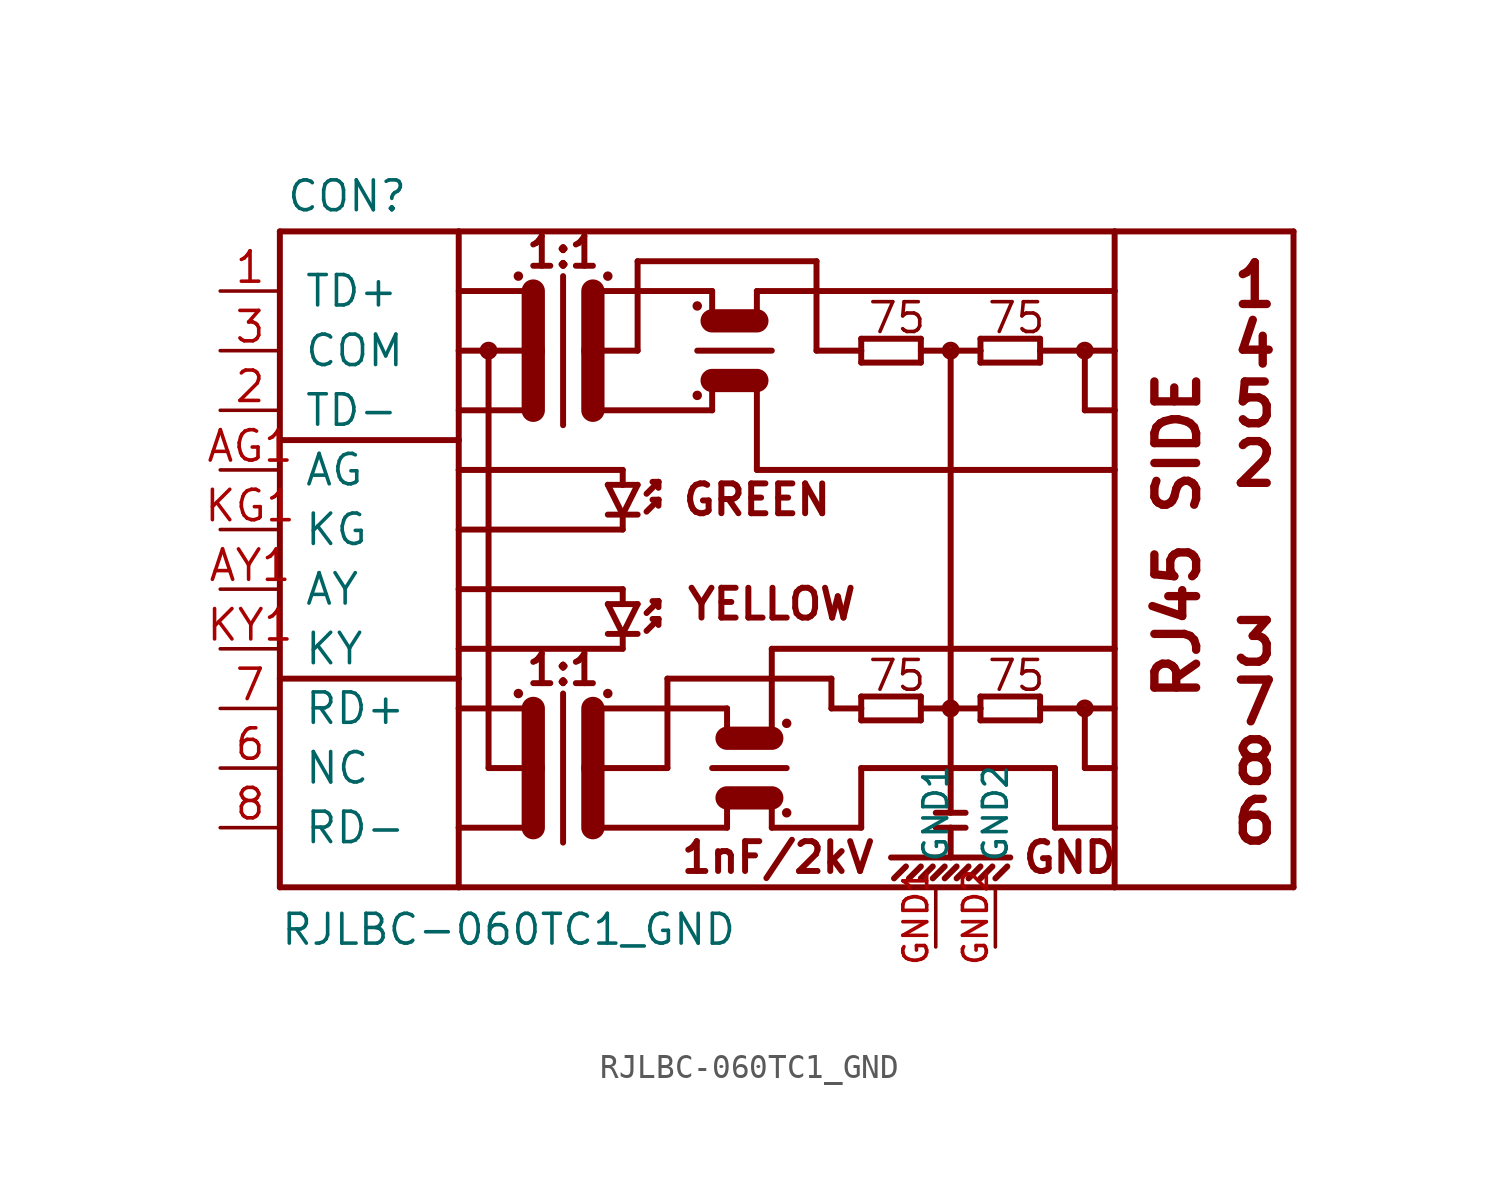
<source format=kicad_sym>
(kicad_symbol_lib
  (version 20231120)
  (generator "kicad_symbol_editor")
  (generator_version "8.0")
  (symbol "RJLBC-060TC1_GND"
    (pin_names
      (offset 1.016))
    (property "Reference" "CON"
      (at -22.606 16.002 0)
      (effects (font (size 1.27 1.27)) (justify left bottom)))
    (property "Value" "RJLBC-060TC1_GND"
      (at -22.86 -15.24 0)
      (effects (font (size 1.27 1.27)) (justify left bottom)))
    (property "ki_locked" ""
      (at 0 0 0)
      (effects (font (size 1.27 1.27))))
    (symbol "RJLBC-060TC1_GND_1_0"
      (polyline (pts (xy -22.86 -12.7) (xy -15.24 -12.7)) (stroke (width 0.254) (type solid)) (fill (type none)))
      (polyline (pts (xy -22.86 -3.81) (xy -22.86 -12.7)) (stroke (width 0.254) (type solid)) (fill (type none)))
      (polyline (pts (xy -22.86 -3.81) (xy -15.24 -3.81)) (stroke (width 0.254) (type solid)) (fill (type none)))
      (polyline (pts (xy -22.86 6.35) (xy -22.86 -3.81)) (stroke (width 0.254) (type solid)) (fill (type none)))
      (polyline (pts (xy -22.86 6.35) (xy -15.24 6.35)) (stroke (width 0.254) (type solid)) (fill (type none)))
      (polyline (pts (xy -22.86 15.24) (xy -22.86 6.35)) (stroke (width 0.254) (type solid)) (fill (type none)))
      (polyline (pts (xy -22.86 15.24) (xy -15.24 15.24)) (stroke (width 0.254) (type solid)) (fill (type none)))
      (polyline (pts (xy -15.24 -12.7) (xy 12.7 -12.7)) (stroke (width 0.254) (type solid)) (fill (type none)))
      (polyline (pts (xy -15.24 -10.16) (xy -15.24 -12.7)) (stroke (width 0.254) (type solid)) (fill (type none)))
      (polyline (pts (xy -15.24 -10.16) (xy -12.065 -10.16)) (stroke (width 0.254) (type solid)) (fill (type none)))
      (polyline (pts (xy -15.24 -5.08) (xy -15.24 -10.16)) (stroke (width 0.254) (type solid)) (fill (type none)))
      (polyline (pts (xy -15.24 -3.81) (xy -15.24 -5.08)) (stroke (width 0.254) (type solid)) (fill (type none)))
      (polyline (pts (xy -15.24 -2.54) (xy -15.24 -3.81)) (stroke (width 0.254) (type solid)) (fill (type none)))
      (polyline (pts (xy -15.24 0) (xy -15.24 -2.54)) (stroke (width 0.254) (type solid)) (fill (type none)))
      (polyline (pts (xy -15.24 2.54) (xy -15.24 0)) (stroke (width 0.254) (type solid)) (fill (type none)))
      (polyline (pts (xy -15.24 5.08) (xy -15.24 2.54)) (stroke (width 0.254) (type solid)) (fill (type none)))
      (polyline (pts (xy -15.24 6.35) (xy -15.24 5.08)) (stroke (width 0.254) (type solid)) (fill (type none)))
      (polyline (pts (xy -15.24 10.16) (xy -15.24 6.35)) (stroke (width 0.254) (type solid)) (fill (type none)))
      (polyline (pts (xy -15.24 15.24) (xy -15.24 10.16)) (stroke (width 0.254) (type solid)) (fill (type none)))
      (polyline (pts (xy -15.24 15.24) (xy 12.7 15.24)) (stroke (width 0.254) (type solid)) (fill (type none)))
      (polyline (pts (xy -13.97 -7.62) (xy -12.065 -7.62)) (stroke (width 0.254) (type solid)) (fill (type none)))
      (polyline (pts (xy -13.97 10.16) (xy -15.24 10.16)) (stroke (width 0.254) (type solid)) (fill (type none)))
      (polyline (pts (xy -13.97 10.16) (xy -13.97 -7.62)) (stroke (width 0.254) (type solid)) (fill (type none)))
      (polyline (pts (xy -12.065 -7.62) (xy -12.065 -10.16)) (stroke (width 0.991) (type solid)) (fill (type none)))
      (polyline (pts (xy -12.065 -5.08) (xy -15.24 -5.08)) (stroke (width 0.254) (type solid)) (fill (type none)))
      (polyline (pts (xy -12.065 -5.08) (xy -12.065 -7.62)) (stroke (width 0.991) (type solid)) (fill (type none)))
      (polyline (pts (xy -12.065 7.62) (xy -15.24 7.62)) (stroke (width 0.254) (type solid)) (fill (type none)))
      (polyline (pts (xy -12.065 10.16) (xy -13.97 10.16)) (stroke (width 0.254) (type solid)) (fill (type none)))
      (polyline (pts (xy -12.065 10.16) (xy -12.065 7.62)) (stroke (width 0.991) (type solid)) (fill (type none)))
      (polyline (pts (xy -12.065 12.7) (xy -15.24 12.7)) (stroke (width 0.254) (type solid)) (fill (type none)))
      (polyline (pts (xy -12.065 12.7) (xy -12.065 10.16)) (stroke (width 0.991) (type solid)) (fill (type none)))
      (polyline (pts (xy -10.795 -4.445) (xy -10.795 -10.795)) (stroke (width 0.254) (type solid)) (fill (type none)))
      (polyline (pts (xy -10.795 13.335) (xy -10.795 6.985)) (stroke (width 0.254) (type solid)) (fill (type none)))
      (polyline (pts (xy -9.525 -7.62) (xy -9.525 -10.16)) (stroke (width 0.991) (type solid)) (fill (type none)))
      (polyline (pts (xy -9.525 -7.62) (xy -6.35 -7.62)) (stroke (width 0.254) (type solid)) (fill (type none)))
      (polyline (pts (xy -9.525 -5.08) (xy -9.525 -7.62)) (stroke (width 0.991) (type solid)) (fill (type none)))
      (polyline (pts (xy -9.525 -5.08) (xy -3.81 -5.08)) (stroke (width 0.254) (type solid)) (fill (type none)))
      (polyline (pts (xy -9.525 10.16) (xy -9.525 7.62)) (stroke (width 0.991) (type solid)) (fill (type none)))
      (polyline (pts (xy -9.525 10.16) (xy -7.62 10.16)) (stroke (width 0.254) (type solid)) (fill (type none)))
      (polyline (pts (xy -9.525 12.7) (xy -9.525 10.16)) (stroke (width 0.991) (type solid)) (fill (type none)))
      (polyline (pts (xy -9.525 12.7) (xy -4.445 12.7)) (stroke (width 0.254) (type solid)) (fill (type none)))
      (polyline (pts (xy -8.89 -1.905) (xy -8.255 -1.905)) (stroke (width 0.254) (type solid)) (fill (type none)))
      (polyline (pts (xy -8.89 -0.635) (xy -8.255 -0.635)) (stroke (width 0.254) (type solid)) (fill (type none)))
      (polyline (pts (xy -8.89 3.175) (xy -8.255 3.175)) (stroke (width 0.254) (type solid)) (fill (type none)))
      (polyline (pts (xy -8.89 4.445) (xy -8.255 4.445)) (stroke (width 0.254) (type solid)) (fill (type none)))
      (polyline (pts (xy -8.255 -2.54) (xy -15.24 -2.54)) (stroke (width 0.254) (type solid)) (fill (type none)))
      (polyline (pts (xy -8.255 -1.905) (xy -8.89 -0.635)) (stroke (width 0.254) (type solid)) (fill (type none)))
      (polyline (pts (xy -8.255 -1.905) (xy -8.255 -2.54)) (stroke (width 0.254) (type solid)) (fill (type none)))
      (polyline (pts (xy -8.255 -1.905) (xy -7.62 -1.905)) (stroke (width 0.254) (type solid)) (fill (type none)))
      (polyline (pts (xy -8.255 -0.635) (xy -8.255 0)) (stroke (width 0.254) (type solid)) (fill (type none)))
      (polyline (pts (xy -8.255 -0.635) (xy -7.62 -0.635)) (stroke (width 0.254) (type solid)) (fill (type none)))
      (polyline (pts (xy -8.255 0) (xy -15.24 0)) (stroke (width 0.254) (type solid)) (fill (type none)))
      (polyline (pts (xy -8.255 2.54) (xy -15.24 2.54)) (stroke (width 0.254) (type solid)) (fill (type none)))
      (polyline (pts (xy -8.255 3.175) (xy -8.89 4.445)) (stroke (width 0.254) (type solid)) (fill (type none)))
      (polyline (pts (xy -8.255 3.175) (xy -8.255 2.54)) (stroke (width 0.254) (type solid)) (fill (type none)))
      (polyline (pts (xy -8.255 3.175) (xy -7.62 3.175)) (stroke (width 0.254) (type solid)) (fill (type none)))
      (polyline (pts (xy -8.255 4.445) (xy -8.255 5.08)) (stroke (width 0.254) (type solid)) (fill (type none)))
      (polyline (pts (xy -8.255 4.445) (xy -7.62 4.445)) (stroke (width 0.254) (type solid)) (fill (type none)))
      (polyline (pts (xy -8.255 5.08) (xy -15.24 5.08)) (stroke (width 0.254) (type solid)) (fill (type none)))
      (polyline (pts (xy -7.62 -0.635) (xy -8.255 -1.905)) (stroke (width 0.254) (type solid)) (fill (type none)))
      (polyline (pts (xy -7.62 4.445) (xy -8.255 3.175)) (stroke (width 0.254) (type solid)) (fill (type none)))
      (polyline (pts (xy -7.62 10.16) (xy -7.62 13.97)) (stroke (width 0.254) (type solid)) (fill (type none)))
      (polyline (pts (xy -7.62 13.97) (xy 0 13.97)) (stroke (width 0.254) (type solid)) (fill (type none)))
      (polyline (pts (xy -7.239 -1.778) (xy -6.731 -1.27)) (stroke (width 0.254) (type solid)) (fill (type none)))
      (polyline (pts (xy -7.239 -1.016) (xy -6.731 -0.508)) (stroke (width 0.254) (type solid)) (fill (type none)))
      (polyline (pts (xy -7.239 3.302) (xy -6.731 3.81)) (stroke (width 0.254) (type solid)) (fill (type none)))
      (polyline (pts (xy -7.239 4.064) (xy -6.731 4.572)) (stroke (width 0.254) (type solid)) (fill (type none)))
      (polyline (pts (xy -6.731 -1.27) (xy -6.985 -1.27)) (stroke (width 0.254) (type solid)) (fill (type none)))
      (polyline (pts (xy -6.731 -1.27) (xy -6.731 -1.524)) (stroke (width 0.254) (type solid)) (fill (type none)))
      (polyline (pts (xy -6.731 -0.508) (xy -6.985 -0.508)) (stroke (width 0.254) (type solid)) (fill (type none)))
      (polyline (pts (xy -6.731 -0.508) (xy -6.731 -0.762)) (stroke (width 0.254) (type solid)) (fill (type none)))
      (polyline (pts (xy -6.731 3.81) (xy -6.985 3.81)) (stroke (width 0.254) (type solid)) (fill (type none)))
      (polyline (pts (xy -6.731 3.81) (xy -6.731 3.556)) (stroke (width 0.254) (type solid)) (fill (type none)))
      (polyline (pts (xy -6.731 4.572) (xy -6.985 4.572)) (stroke (width 0.254) (type solid)) (fill (type none)))
      (polyline (pts (xy -6.731 4.572) (xy -6.731 4.318)) (stroke (width 0.254) (type solid)) (fill (type none)))
      (polyline (pts (xy -6.35 -7.62) (xy -6.35 -3.81)) (stroke (width 0.254) (type solid)) (fill (type none)))
      (polyline (pts (xy -6.35 -3.81) (xy 0.635 -3.81)) (stroke (width 0.254) (type solid)) (fill (type none)))
      (polyline (pts (xy -5.08 10.16) (xy -1.905 10.16)) (stroke (width 0.254) (type solid)) (fill (type none)))
      (polyline (pts (xy -4.445 -7.62) (xy -1.27 -7.62)) (stroke (width 0.254) (type solid)) (fill (type none)))
      (polyline (pts (xy -4.445 7.62) (xy -9.525 7.62)) (stroke (width 0.254) (type solid)) (fill (type none)))
      (polyline (pts (xy -4.445 8.89) (xy -4.445 7.62)) (stroke (width 0.254) (type solid)) (fill (type none)))
      (polyline (pts (xy -4.445 8.89) (xy -2.54 8.89)) (stroke (width 0.991) (type solid)) (fill (type none)))
      (polyline (pts (xy -4.445 11.43) (xy -4.445 12.7)) (stroke (width 0.254) (type solid)) (fill (type none)))
      (polyline (pts (xy -4.445 11.43) (xy -2.54 11.43)) (stroke (width 0.991) (type solid)) (fill (type none)))
      (polyline (pts (xy -3.81 -10.16) (xy -9.525 -10.16)) (stroke (width 0.254) (type solid)) (fill (type none)))
      (polyline (pts (xy -3.81 -10.16) (xy -3.81 -8.89)) (stroke (width 0.254) (type solid)) (fill (type none)))
      (polyline (pts (xy -3.81 -8.89) (xy -1.905 -8.89)) (stroke (width 0.991) (type solid)) (fill (type none)))
      (polyline (pts (xy -3.81 -6.35) (xy -3.81 -5.08)) (stroke (width 0.254) (type solid)) (fill (type none)))
      (polyline (pts (xy -3.81 -6.35) (xy -1.905 -6.35)) (stroke (width 0.991) (type solid)) (fill (type none)))
      (polyline (pts (xy -2.54 5.08) (xy 12.7 5.08)) (stroke (width 0.254) (type solid)) (fill (type none)))
      (polyline (pts (xy -2.54 8.89) (xy -2.54 5.08)) (stroke (width 0.254) (type solid)) (fill (type none)))
      (polyline (pts (xy -2.54 11.43) (xy -2.54 12.7)) (stroke (width 0.254) (type solid)) (fill (type none)))
      (polyline (pts (xy -2.54 12.7) (xy 12.7 12.7)) (stroke (width 0.254) (type solid)) (fill (type none)))
      (polyline (pts (xy -1.905 -8.89) (xy -1.905 -10.16)) (stroke (width 0.254) (type solid)) (fill (type none)))
      (polyline (pts (xy -1.905 -6.35) (xy -1.905 -2.54)) (stroke (width 0.254) (type solid)) (fill (type none)))
      (polyline (pts (xy -1.905 -2.54) (xy 12.7 -2.54)) (stroke (width 0.254) (type solid)) (fill (type none)))
      (polyline (pts (xy 0 10.16) (xy 1.905 10.16)) (stroke (width 0.254) (type solid)) (fill (type none)))
      (polyline (pts (xy 0 13.97) (xy 0 10.16)) (stroke (width 0.254) (type solid)) (fill (type none)))
      (polyline (pts (xy 0.635 -5.08) (xy 1.905 -5.08)) (stroke (width 0.254) (type solid)) (fill (type none)))
      (polyline (pts (xy 0.635 -3.81) (xy 0.635 -5.08)) (stroke (width 0.254) (type solid)) (fill (type none)))
      (polyline (pts (xy 1.905 -10.16) (xy -1.905 -10.16)) (stroke (width 0.254) (type solid)) (fill (type none)))
      (polyline (pts (xy 1.905 -7.62) (xy 1.905 -10.16)) (stroke (width 0.254) (type solid)) (fill (type none)))
      (polyline (pts (xy 1.905 -5.588) (xy 4.445 -5.588)) (stroke (width 0.254) (type solid)) (fill (type none)))
      (polyline (pts (xy 1.905 -5.08) (xy 1.905 -5.588)) (stroke (width 0.254) (type solid)) (fill (type none)))
      (polyline (pts (xy 1.905 -4.572) (xy 1.905 -5.08)) (stroke (width 0.254) (type solid)) (fill (type none)))
      (polyline (pts (xy 1.905 9.652) (xy 4.445 9.652)) (stroke (width 0.254) (type solid)) (fill (type none)))
      (polyline (pts (xy 1.905 10.16) (xy 1.905 9.652)) (stroke (width 0.254) (type solid)) (fill (type none)))
      (polyline (pts (xy 1.905 10.668) (xy 1.905 10.16)) (stroke (width 0.254) (type solid)) (fill (type none)))
      (polyline (pts (xy 3.175 -11.43) (xy 8.255 -11.43)) (stroke (width 0.254) (type solid)) (fill (type none)))
      (polyline (pts (xy 3.302 -12.319) (xy 3.81 -11.811)) (stroke (width 0.254) (type solid)) (fill (type none)))
      (polyline (pts (xy 3.937 -12.319) (xy 4.445 -11.811)) (stroke (width 0.254) (type solid)) (fill (type none)))
      (polyline (pts (xy 4.445 -12.319) (xy 4.953 -11.811)) (stroke (width 0.254) (type solid)) (fill (type none)))
      (polyline (pts (xy 4.445 -5.588) (xy 4.445 -4.572)) (stroke (width 0.254) (type solid)) (fill (type none)))
      (polyline (pts (xy 4.445 -5.08) (xy 5.715 -5.08)) (stroke (width 0.254) (type solid)) (fill (type none)))
      (polyline (pts (xy 4.445 -4.572) (xy 1.905 -4.572)) (stroke (width 0.254) (type solid)) (fill (type none)))
      (polyline (pts (xy 4.445 9.652) (xy 4.445 10.668)) (stroke (width 0.254) (type solid)) (fill (type none)))
      (polyline (pts (xy 4.445 10.16) (xy 5.715 10.16)) (stroke (width 0.254) (type solid)) (fill (type none)))
      (polyline (pts (xy 4.445 10.668) (xy 1.905 10.668)) (stroke (width 0.254) (type solid)) (fill (type none)))
      (polyline (pts (xy 4.953 -12.319) (xy 5.461 -11.811)) (stroke (width 0.254) (type solid)) (fill (type none)))
      (polyline (pts (xy 5.08 -10.16) (xy 5.715 -10.16)) (stroke (width 0.254) (type solid)) (fill (type none)))
      (polyline (pts (xy 5.08 -9.525) (xy 6.35 -9.525)) (stroke (width 0.254) (type solid)) (fill (type none)))
      (polyline (pts (xy 5.461 -12.319) (xy 5.969 -11.811)) (stroke (width 0.254) (type solid)) (fill (type none)))
      (polyline (pts (xy 5.715 -10.16) (xy 5.715 -11.43)) (stroke (width 0.254) (type solid)) (fill (type none)))
      (polyline (pts (xy 5.715 -10.16) (xy 6.35 -10.16)) (stroke (width 0.254) (type solid)) (fill (type none)))
      (polyline (pts (xy 5.715 -5.08) (xy 5.715 -9.525)) (stroke (width 0.254) (type solid)) (fill (type none)))
      (polyline (pts (xy 5.715 -5.08) (xy 6.985 -5.08)) (stroke (width 0.254) (type solid)) (fill (type none)))
      (polyline (pts (xy 5.715 10.16) (xy 5.715 -5.08)) (stroke (width 0.254) (type solid)) (fill (type none)))
      (polyline (pts (xy 5.715 10.16) (xy 6.985 10.16)) (stroke (width 0.254) (type solid)) (fill (type none)))
      (polyline (pts (xy 5.969 -12.319) (xy 6.477 -11.811)) (stroke (width 0.254) (type solid)) (fill (type none)))
      (polyline (pts (xy 6.477 -12.319) (xy 6.985 -11.811)) (stroke (width 0.254) (type solid)) (fill (type none)))
      (polyline (pts (xy 6.985 -12.319) (xy 7.493 -11.811)) (stroke (width 0.254) (type solid)) (fill (type none)))
      (polyline (pts (xy 6.985 -5.588) (xy 9.525 -5.588)) (stroke (width 0.254) (type solid)) (fill (type none)))
      (polyline (pts (xy 6.985 -5.08) (xy 6.985 -5.588)) (stroke (width 0.254) (type solid)) (fill (type none)))
      (polyline (pts (xy 6.985 -4.572) (xy 6.985 -5.08)) (stroke (width 0.254) (type solid)) (fill (type none)))
      (polyline (pts (xy 6.985 9.652) (xy 9.525 9.652)) (stroke (width 0.254) (type solid)) (fill (type none)))
      (polyline (pts (xy 6.985 10.16) (xy 6.985 9.652)) (stroke (width 0.254) (type solid)) (fill (type none)))
      (polyline (pts (xy 6.985 10.668) (xy 6.985 10.16)) (stroke (width 0.254) (type solid)) (fill (type none)))
      (polyline (pts (xy 7.62 -12.319) (xy 8.128 -11.811)) (stroke (width 0.254) (type solid)) (fill (type none)))
      (polyline (pts (xy 9.525 -5.588) (xy 9.525 -5.08)) (stroke (width 0.254) (type solid)) (fill (type none)))
      (polyline (pts (xy 9.525 -5.08) (xy 9.525 -4.572)) (stroke (width 0.254) (type solid)) (fill (type none)))
      (polyline (pts (xy 9.525 -5.08) (xy 11.43 -5.08)) (stroke (width 0.254) (type solid)) (fill (type none)))
      (polyline (pts (xy 9.525 -4.572) (xy 6.985 -4.572)) (stroke (width 0.254) (type solid)) (fill (type none)))
      (polyline (pts (xy 9.525 9.652) (xy 9.525 10.16)) (stroke (width 0.254) (type solid)) (fill (type none)))
      (polyline (pts (xy 9.525 10.16) (xy 9.525 10.668)) (stroke (width 0.254) (type solid)) (fill (type none)))
      (polyline (pts (xy 9.525 10.16) (xy 11.43 10.16)) (stroke (width 0.254) (type solid)) (fill (type none)))
      (polyline (pts (xy 9.525 10.668) (xy 6.985 10.668)) (stroke (width 0.254) (type solid)) (fill (type none)))
      (polyline (pts (xy 10.16 -10.16) (xy 10.16 -7.62)) (stroke (width 0.254) (type solid)) (fill (type none)))
      (polyline (pts (xy 10.16 -7.62) (xy 1.905 -7.62)) (stroke (width 0.254) (type solid)) (fill (type none)))
      (polyline (pts (xy 11.43 -7.62) (xy 12.7 -7.62)) (stroke (width 0.254) (type solid)) (fill (type none)))
      (polyline (pts (xy 11.43 -5.08) (xy 11.43 -7.62)) (stroke (width 0.254) (type solid)) (fill (type none)))
      (polyline (pts (xy 11.43 -5.08) (xy 12.7 -5.08)) (stroke (width 0.254) (type solid)) (fill (type none)))
      (polyline (pts (xy 11.43 7.62) (xy 12.7 7.62)) (stroke (width 0.254) (type solid)) (fill (type none)))
      (polyline (pts (xy 11.43 10.16) (xy 11.43 7.62)) (stroke (width 0.254) (type solid)) (fill (type none)))
      (polyline (pts (xy 11.43 10.16) (xy 12.7 10.16)) (stroke (width 0.254) (type solid)) (fill (type none)))
      (polyline (pts (xy 12.7 -12.7) (xy 20.32 -12.7)) (stroke (width 0.254) (type solid)) (fill (type none)))
      (polyline (pts (xy 12.7 -10.16) (xy 10.16 -10.16)) (stroke (width 0.254) (type solid)) (fill (type none)))
      (polyline (pts (xy 12.7 -10.16) (xy 12.7 -12.7)) (stroke (width 0.254) (type solid)) (fill (type none)))
      (polyline (pts (xy 12.7 -2.54) (xy 12.7 -10.16)) (stroke (width 0.254) (type solid)) (fill (type none)))
      (polyline (pts (xy 12.7 5.08) (xy 12.7 -2.54)) (stroke (width 0.254) (type solid)) (fill (type none)))
      (polyline (pts (xy 12.7 7.62) (xy 12.7 5.08)) (stroke (width 0.254) (type solid)) (fill (type none)))
      (polyline (pts (xy 12.7 10.16) (xy 12.7 7.62)) (stroke (width 0.254) (type solid)) (fill (type none)))
      (polyline (pts (xy 12.7 12.7) (xy 12.7 10.16)) (stroke (width 0.254) (type solid)) (fill (type none)))
      (polyline (pts (xy 12.7 15.24) (xy 12.7 12.7)) (stroke (width 0.254) (type solid)) (fill (type none)))
      (polyline (pts (xy 12.7 15.24) (xy 20.32 15.24)) (stroke (width 0.254) (type solid)) (fill (type none)))
      (polyline (pts (xy 20.32 15.24) (xy 20.32 -12.7)) (stroke (width 0.254) (type solid)) (fill (type none)))
      (text "1" (at 18.669 12.954 0) (effects (font (size 1.778 1.778) (bold yes))))
      (text "1:1" (at -10.795 -3.429 0) (effects (font (size 1.27 1.27) (bold yes))))
      (text "1:1" (at -10.795 14.351 0) (effects (font (size 1.27 1.27) (bold yes))))
      (text "1nF/2kV" (at -1.651 -11.43 0) (effects (font (size 1.27 1.27) (bold yes))))
      (text "2" (at 18.669 5.334 0) (effects (font (size 1.778 1.778) (bold yes))))
      (text "3" (at 18.669 -2.286 0) (effects (font (size 1.778 1.778) (bold yes))))
      (text "4" (at 18.669 10.414 0) (effects (font (size 1.778 1.778) (bold yes))))
      (text "5" (at 18.669 7.874 0) (effects (font (size 1.778 1.778) (bold yes))))
      (text "6" (at 18.669 -9.906 0) (effects (font (size 1.778 1.778) (bold yes))))
      (text "7" (at 18.669 -4.826 0) (effects (font (size 1.778 1.778) (bold yes))))
      (text "75" (at 3.429 -3.683 0) (effects (font (size 1.27 1.27))))
      (text "75" (at 3.429 11.557 0) (effects (font (size 1.27 1.27))))
      (text "75" (at 8.509 -3.683 0) (effects (font (size 1.27 1.27))))
      (text "75" (at 8.509 11.557 0) (effects (font (size 1.27 1.27))))
      (text "8" (at 18.669 -7.366 0) (effects (font (size 1.778 1.778) (bold yes))))
      (text "GND" (at 10.795 -11.43 0) (effects (font (size 1.27 1.27) (bold yes))))
      (text "GREEN" (at -2.54 3.81 0) (effects (font (size 1.27 1.27) (bold yes))))
      (text "RJ45 SIDE" (at 15.367 2.286 900) (effects (font (size 1.778 1.778) (bold yes))))
      (text "YELLOW" (at -1.905 -0.635 0) (effects (font (size 1.27 1.27) (bold yes)))))
    (symbol "RJLBC-060TC1_GND_1_1"
      (circle (center -13.97 10.16) (radius 0.254) (stroke (width 0.254) (type solid)) (fill (type none)))
      (circle (center -12.7 -4.445) (radius 0.127) (stroke (width 0) (type solid)) (fill (type outline)))
      (circle (center -12.7 13.335) (radius 0.127) (stroke (width 0) (type solid)) (fill (type outline)))
      (circle (center -8.89 -4.445) (radius 0.127) (stroke (width 0) (type solid)) (fill (type outline)))
      (circle (center -8.89 13.335) (radius 0.127) (stroke (width 0) (type solid)) (fill (type outline)))
      (circle (center -5.08 8.255) (radius 0.127) (stroke (width 0) (type solid)) (fill (type outline)))
      (circle (center -5.08 12.065) (radius 0.127) (stroke (width 0) (type solid)) (fill (type outline)))
      (circle (center -1.27 -9.525) (radius 0.127) (stroke (width 0) (type solid)) (fill (type outline)))
      (circle (center -1.27 -5.715) (radius 0.127) (stroke (width 0) (type solid)) (fill (type outline)))
      (circle (center 5.715 -5.08) (radius 0.254) (stroke (width 0.254) (type solid)) (fill (type none)))
      (circle (center 5.715 10.16) (radius 0.254) (stroke (width 0.254) (type solid)) (fill (type none)))
      (circle (center 11.43 -5.08) (radius 0.254) (stroke (width 0.254) (type solid)) (fill (type none)))
      (circle (center 11.43 10.16) (radius 0.254) (stroke (width 0.254) (type solid)) (fill (type none)))
      (pin bidirectional line (at -25.4 12.7 0) (length 2.54) (name "TD+" (effects (font (size 1.295 1.295)))) (number "1" (effects (font (size 1.295 1.295)))))
      (pin bidirectional line (at -25.4 7.62 0) (length 2.54) (name "TD-" (effects (font (size 1.295 1.295)))) (number "2" (effects (font (size 1.295 1.295)))))
      (pin input line (at -25.4 10.16 0) (length 2.54) (name "COM" (effects (font (size 1.295 1.295)))) (number "3" (effects (font (size 1.295 1.295)))))
      (pin input line (at -25.4 -7.62 0) (length 2.54) (name "NC" (effects (font (size 1.295 1.295)))) (number "6" (effects (font (size 1.295 1.295)))))
      (pin bidirectional line (at -25.4 -5.08 0) (length 2.54) (name "RD+" (effects (font (size 1.295 1.295)))) (number "7" (effects (font (size 1.295 1.295)))))
      (pin bidirectional line (at -25.4 -10.16 0) (length 2.54) (name "RD-" (effects (font (size 1.295 1.295)))) (number "8" (effects (font (size 1.295 1.295)))))
      (pin passive line (at -25.4 5.08 0) (length 2.54) (name "AG" (effects (font (size 1.295 1.295)))) (number "AG1" (effects (font (size 1.295 1.295)))))
      (pin passive line (at -25.4 0 0) (length 2.54) (name "AY" (effects (font (size 1.295 1.295)))) (number "AY1" (effects (font (size 1.295 1.295)))))
      (pin input line (at 5.08 -15.24 90) (length 2.54) (name "GND1" (effects (font (size 1.016 1.016)))) (number "GND1" (effects (font (size 1.016 1.016)))))
      (pin input line (at 7.62 -15.24 90) (length 2.54) (name "GND2" (effects (font (size 1.016 1.016)))) (number "GND2" (effects (font (size 1.016 1.016)))))
      (pin passive line (at -25.4 2.54 0) (length 2.54) (name "KG" (effects (font (size 1.295 1.295)))) (number "KG1" (effects (font (size 1.295 1.295)))))
      (pin passive line (at -25.4 -2.54 0) (length 2.54) (name "KY" (effects (font (size 1.295 1.295)))) (number "KY1" (effects (font (size 1.295 1.295))))))))
</source>
